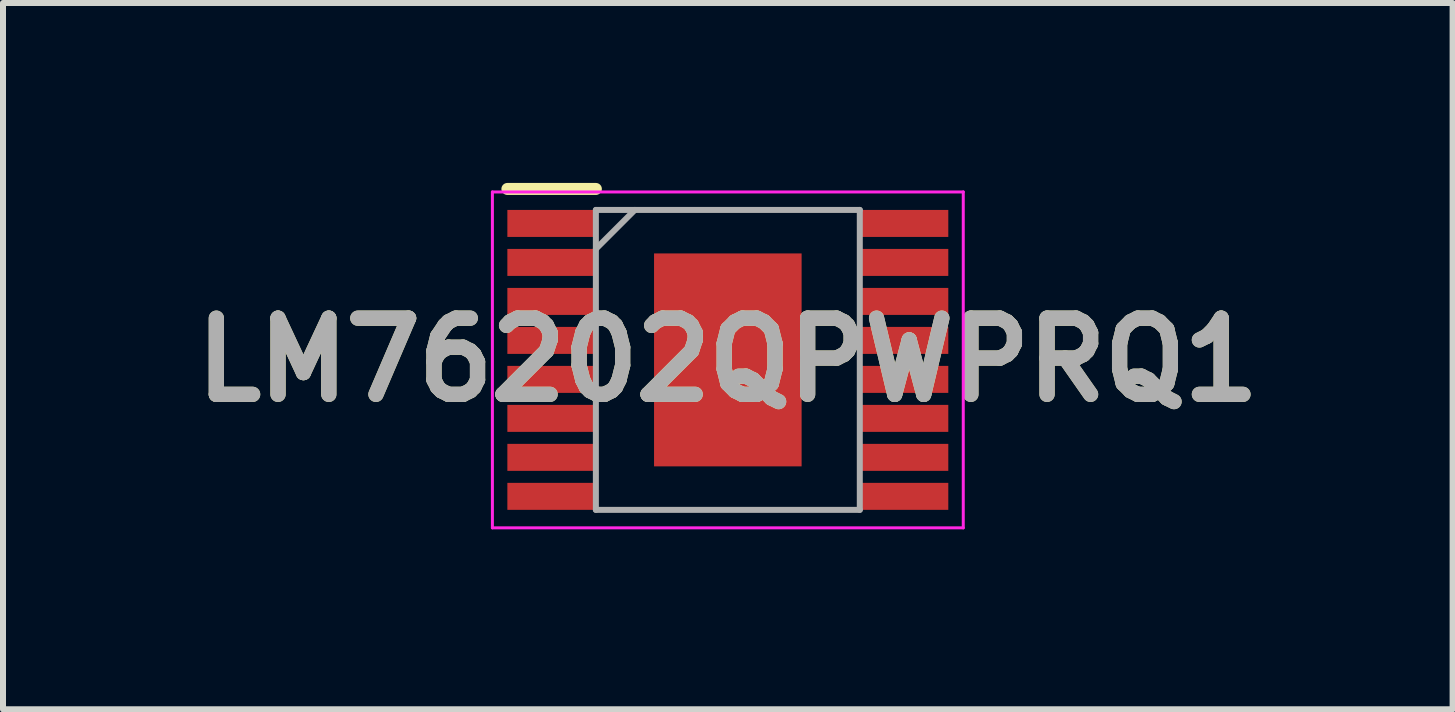
<source format=kicad_pcb>
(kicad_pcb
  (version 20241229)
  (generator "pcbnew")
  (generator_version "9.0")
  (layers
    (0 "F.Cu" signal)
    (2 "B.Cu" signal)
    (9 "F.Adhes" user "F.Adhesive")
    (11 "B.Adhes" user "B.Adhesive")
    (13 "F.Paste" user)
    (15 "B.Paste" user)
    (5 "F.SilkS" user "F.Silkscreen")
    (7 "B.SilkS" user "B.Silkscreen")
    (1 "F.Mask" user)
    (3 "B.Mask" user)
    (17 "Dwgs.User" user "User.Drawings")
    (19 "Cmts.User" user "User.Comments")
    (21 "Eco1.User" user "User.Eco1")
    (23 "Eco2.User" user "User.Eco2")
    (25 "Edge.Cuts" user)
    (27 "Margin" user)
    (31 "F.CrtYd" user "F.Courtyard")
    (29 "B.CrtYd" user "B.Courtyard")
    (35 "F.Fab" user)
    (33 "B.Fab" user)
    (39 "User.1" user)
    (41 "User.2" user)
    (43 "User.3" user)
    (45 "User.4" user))
  (footprint "LM76202QPWPRQ1"
    (layer "F.Cu")
    (at 9.084 2.95)
    (property "Reference" "LM76202QPWPRQ1" (at 0 0 0) (layer "F.SilkS") (effects (font (size 1.27 1.27) (thickness 0.254))))
    (attr smd)
    (fp_line (start -3.675 -2.85) (end -2.2 -2.85) (stroke (width 0.2) (type solid)) (layer "F.SilkS"))
    (fp_line (start -3.925 -2.8) (end 3.925 -2.8) (stroke (width 0.05) (type solid)) (layer "F.CrtYd"))
    (fp_line (start -3.925 2.8) (end -3.925 -2.8) (stroke (width 0.05) (type solid)) (layer "F.CrtYd"))
    (fp_line (start 3.925 -2.8) (end 3.925 2.8) (stroke (width 0.05) (type solid)) (layer "F.CrtYd"))
    (fp_line (start 3.925 2.8) (end -3.925 2.8) (stroke (width 0.05) (type solid)) (layer "F.CrtYd"))
    (fp_line (start -2.2 -2.5) (end 2.2 -2.5) (stroke (width 0.1) (type solid)) (layer "F.Fab"))
    (fp_line (start -2.2 -1.85) (end -1.55 -2.5) (stroke (width 0.1) (type solid)) (layer "F.Fab"))
    (fp_line (start -2.2 2.5) (end -2.2 -2.5) (stroke (width 0.1) (type solid)) (layer "F.Fab"))
    (fp_line (start 2.2 -2.5) (end 2.2 2.5) (stroke (width 0.1) (type solid)) (layer "F.Fab"))
    (fp_line (start 2.2 2.5) (end -2.2 2.5) (stroke (width 0.1) (type solid)) (layer "F.Fab"))
    (fp_text user "${REFERENCE}" (at 0 0 0) (layer "F.Fab") (effects (font (size 1.27 1.27) (thickness 0.254))))
    (pad "1" smd rect (at -2.938 -2.275 90) (size 0.45 1.475) (layers "F.Cu" "F.Mask" "F.Paste"))
    (pad "2" smd rect (at -2.938 -1.625 90) (size 0.45 1.475) (layers "F.Cu" "F.Mask" "F.Paste"))
    (pad "3" smd rect (at -2.938 -0.975 90) (size 0.45 1.475) (layers "F.Cu" "F.Mask" "F.Paste"))
    (pad "4" smd rect (at -2.938 -0.325 90) (size 0.45 1.475) (layers "F.Cu" "F.Mask" "F.Paste"))
    (pad "5" smd rect (at -2.938 0.325 90) (size 0.45 1.475) (layers "F.Cu" "F.Mask" "F.Paste"))
    (pad "6" smd rect (at -2.938 0.975 90) (size 0.45 1.475) (layers "F.Cu" "F.Mask" "F.Paste"))
    (pad "7" smd rect (at -2.938 1.625 90) (size 0.45 1.475) (layers "F.Cu" "F.Mask" "F.Paste"))
    (pad "8" smd rect (at -2.938 2.275 90) (size 0.45 1.475) (layers "F.Cu" "F.Mask" "F.Paste"))
    (pad "9" smd rect (at 2.938 2.275 90) (size 0.45 1.475) (layers "F.Cu" "F.Mask" "F.Paste"))
    (pad "10" smd rect (at 2.938 1.625 90) (size 0.45 1.475) (layers "F.Cu" "F.Mask" "F.Paste"))
    (pad "11" smd rect (at 2.938 0.975 90) (size 0.45 1.475) (layers "F.Cu" "F.Mask" "F.Paste"))
    (pad "12" smd rect (at 2.938 0.325 90) (size 0.45 1.475) (layers "F.Cu" "F.Mask" "F.Paste"))
    (pad "13" smd rect (at 2.938 -0.325 90) (size 0.45 1.475) (layers "F.Cu" "F.Mask" "F.Paste"))
    (pad "14" smd rect (at 2.938 -0.975 90) (size 0.45 1.475) (layers "F.Cu" "F.Mask" "F.Paste"))
    (pad "15" smd rect (at 2.938 -1.625 90) (size 0.45 1.475) (layers "F.Cu" "F.Mask" "F.Paste"))
    (pad "16" smd rect (at 2.938 -2.275 90) (size 0.45 1.475) (layers "F.Cu" "F.Mask" "F.Paste"))
    (pad "17" smd rect (at 0 0) (size 2.46 3.55) (layers "F.Cu" "F.Mask" "F.Paste")))
  (gr_rect
    (start -3 -3)
    (end 21.167 8.775)
    (stroke (width 0.1) (type default))
    (fill no)
    (layer "Edge.Cuts")))
</source>
